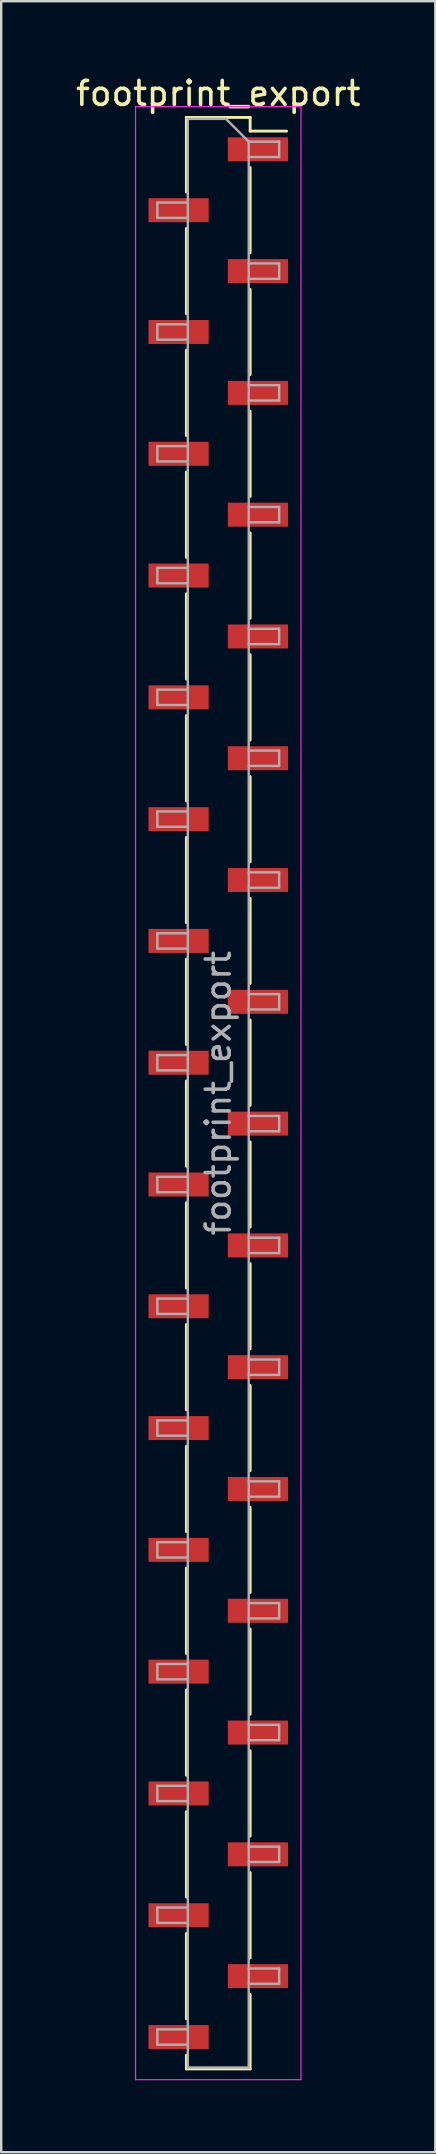
<source format=kicad_pcb>
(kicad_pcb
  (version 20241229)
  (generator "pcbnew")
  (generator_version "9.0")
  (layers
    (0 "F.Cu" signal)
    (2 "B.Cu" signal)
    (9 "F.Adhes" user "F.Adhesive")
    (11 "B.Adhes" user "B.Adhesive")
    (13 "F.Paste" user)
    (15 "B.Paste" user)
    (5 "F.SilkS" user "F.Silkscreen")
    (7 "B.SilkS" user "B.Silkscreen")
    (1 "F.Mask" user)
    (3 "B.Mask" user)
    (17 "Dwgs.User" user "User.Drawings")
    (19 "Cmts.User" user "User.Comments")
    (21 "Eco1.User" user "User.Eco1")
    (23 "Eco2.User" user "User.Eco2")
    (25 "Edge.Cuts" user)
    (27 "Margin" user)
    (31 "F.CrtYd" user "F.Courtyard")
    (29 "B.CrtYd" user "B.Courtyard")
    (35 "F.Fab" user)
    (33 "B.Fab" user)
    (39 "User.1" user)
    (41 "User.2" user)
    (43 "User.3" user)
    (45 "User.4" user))
  (footprint "footprint_export"
    (layer "F.Cu")
    (at 6.054 42.548)
    (property "Reference" "footprint_export" (at 0 -41.7 0) (layer "F.SilkS") (effects (font (size 1 1) (thickness 0.15))))
    (attr smd)
    (fp_line (start -1.33 -40.7) (end -1.33 -37.59) (stroke (width 0.12) (type solid)) (layer "F.SilkS"))
    (fp_line (start -1.33 -40.7) (end 1.33 -40.7) (stroke (width 0.12) (type solid)) (layer "F.SilkS"))
    (fp_line (start -1.33 -36.07) (end -1.33 -32.51) (stroke (width 0.12) (type solid)) (layer "F.SilkS"))
    (fp_line (start -1.33 -30.99) (end -1.33 -27.43) (stroke (width 0.12) (type solid)) (layer "F.SilkS"))
    (fp_line (start -1.33 -25.91) (end -1.33 -22.35) (stroke (width 0.12) (type solid)) (layer "F.SilkS"))
    (fp_line (start -1.33 -20.83) (end -1.33 -17.27) (stroke (width 0.12) (type solid)) (layer "F.SilkS"))
    (fp_line (start -1.33 -15.75) (end -1.33 -12.19) (stroke (width 0.12) (type solid)) (layer "F.SilkS"))
    (fp_line (start -1.33 -10.67) (end -1.33 -7.11) (stroke (width 0.12) (type solid)) (layer "F.SilkS"))
    (fp_line (start -1.33 -5.59) (end -1.33 -2.03) (stroke (width 0.12) (type solid)) (layer "F.SilkS"))
    (fp_line (start -1.33 -0.51) (end -1.33 3.05) (stroke (width 0.12) (type solid)) (layer "F.SilkS"))
    (fp_line (start -1.33 4.57) (end -1.33 8.13) (stroke (width 0.12) (type solid)) (layer "F.SilkS"))
    (fp_line (start -1.33 9.65) (end -1.33 13.21) (stroke (width 0.12) (type solid)) (layer "F.SilkS"))
    (fp_line (start -1.33 14.73) (end -1.33 18.29) (stroke (width 0.12) (type solid)) (layer "F.SilkS"))
    (fp_line (start -1.33 19.81) (end -1.33 23.37) (stroke (width 0.12) (type solid)) (layer "F.SilkS"))
    (fp_line (start -1.33 24.89) (end -1.33 28.45) (stroke (width 0.12) (type solid)) (layer "F.SilkS"))
    (fp_line (start -1.33 29.97) (end -1.33 33.53) (stroke (width 0.12) (type solid)) (layer "F.SilkS"))
    (fp_line (start -1.33 35.05) (end -1.33 38.61) (stroke (width 0.12) (type solid)) (layer "F.SilkS"))
    (fp_line (start -1.33 40.13) (end -1.33 40.7) (stroke (width 0.12) (type solid)) (layer "F.SilkS"))
    (fp_line (start -1.33 40.7) (end 1.33 40.7) (stroke (width 0.12) (type solid)) (layer "F.SilkS"))
    (fp_line (start 1.33 -40.7) (end 1.33 -40.13) (stroke (width 0.12) (type solid)) (layer "F.SilkS"))
    (fp_line (start 1.33 -40.13) (end 2.85 -40.13) (stroke (width 0.12) (type solid)) (layer "F.SilkS"))
    (fp_line (start 1.33 -38.61) (end 1.33 -35.05) (stroke (width 0.12) (type solid)) (layer "F.SilkS"))
    (fp_line (start 1.33 -33.53) (end 1.33 -29.97) (stroke (width 0.12) (type solid)) (layer "F.SilkS"))
    (fp_line (start 1.33 -28.45) (end 1.33 -24.89) (stroke (width 0.12) (type solid)) (layer "F.SilkS"))
    (fp_line (start 1.33 -23.37) (end 1.33 -19.81) (stroke (width 0.12) (type solid)) (layer "F.SilkS"))
    (fp_line (start 1.33 -18.29) (end 1.33 -14.73) (stroke (width 0.12) (type solid)) (layer "F.SilkS"))
    (fp_line (start 1.33 -13.21) (end 1.33 -9.65) (stroke (width 0.12) (type solid)) (layer "F.SilkS"))
    (fp_line (start 1.33 -8.13) (end 1.33 -4.57) (stroke (width 0.12) (type solid)) (layer "F.SilkS"))
    (fp_line (start 1.33 -3.05) (end 1.33 0.51) (stroke (width 0.12) (type solid)) (layer "F.SilkS"))
    (fp_line (start 1.33 2.03) (end 1.33 5.59) (stroke (width 0.12) (type solid)) (layer "F.SilkS"))
    (fp_line (start 1.33 7.11) (end 1.33 10.67) (stroke (width 0.12) (type solid)) (layer "F.SilkS"))
    (fp_line (start 1.33 12.19) (end 1.33 15.75) (stroke (width 0.12) (type solid)) (layer "F.SilkS"))
    (fp_line (start 1.33 17.27) (end 1.33 20.83) (stroke (width 0.12) (type solid)) (layer "F.SilkS"))
    (fp_line (start 1.33 22.35) (end 1.33 25.91) (stroke (width 0.12) (type solid)) (layer "F.SilkS"))
    (fp_line (start 1.33 27.43) (end 1.33 30.99) (stroke (width 0.12) (type solid)) (layer "F.SilkS"))
    (fp_line (start 1.33 32.51) (end 1.33 36.07) (stroke (width 0.12) (type solid)) (layer "F.SilkS"))
    (fp_line (start 1.33 37.59) (end 1.33 40.7) (stroke (width 0.12) (type solid)) (layer "F.SilkS"))
    (fp_line (start -3.45 -41.15) (end -3.45 41.15) (stroke (width 0.05) (type solid)) (layer "F.CrtYd"))
    (fp_line (start -3.45 41.15) (end 3.45 41.15) (stroke (width 0.05) (type solid)) (layer "F.CrtYd"))
    (fp_line (start 3.45 -41.15) (end -3.45 -41.15) (stroke (width 0.05) (type solid)) (layer "F.CrtYd"))
    (fp_line (start 3.45 41.15) (end 3.45 -41.15) (stroke (width 0.05) (type solid)) (layer "F.CrtYd"))
    (fp_line (start -2.54 -37.15) (end -2.54 -36.51) (stroke (width 0.1) (type solid)) (layer "F.Fab"))
    (fp_line (start -2.54 -36.51) (end -1.27 -36.51) (stroke (width 0.1) (type solid)) (layer "F.Fab"))
    (fp_line (start -2.54 -32.07) (end -2.54 -31.43) (stroke (width 0.1) (type solid)) (layer "F.Fab"))
    (fp_line (start -2.54 -31.43) (end -1.27 -31.43) (stroke (width 0.1) (type solid)) (layer "F.Fab"))
    (fp_line (start -2.54 -26.99) (end -2.54 -26.35) (stroke (width 0.1) (type solid)) (layer "F.Fab"))
    (fp_line (start -2.54 -26.35) (end -1.27 -26.35) (stroke (width 0.1) (type solid)) (layer "F.Fab"))
    (fp_line (start -2.54 -21.91) (end -2.54 -21.27) (stroke (width 0.1) (type solid)) (layer "F.Fab"))
    (fp_line (start -2.54 -21.27) (end -1.27 -21.27) (stroke (width 0.1) (type solid)) (layer "F.Fab"))
    (fp_line (start -2.54 -16.83) (end -2.54 -16.19) (stroke (width 0.1) (type solid)) (layer "F.Fab"))
    (fp_line (start -2.54 -16.19) (end -1.27 -16.19) (stroke (width 0.1) (type solid)) (layer "F.Fab"))
    (fp_line (start -2.54 -11.75) (end -2.54 -11.11) (stroke (width 0.1) (type solid)) (layer "F.Fab"))
    (fp_line (start -2.54 -11.11) (end -1.27 -11.11) (stroke (width 0.1) (type solid)) (layer "F.Fab"))
    (fp_line (start -2.54 -6.67) (end -2.54 -6.03) (stroke (width 0.1) (type solid)) (layer "F.Fab"))
    (fp_line (start -2.54 -6.03) (end -1.27 -6.03) (stroke (width 0.1) (type solid)) (layer "F.Fab"))
    (fp_line (start -2.54 -1.59) (end -2.54 -0.95) (stroke (width 0.1) (type solid)) (layer "F.Fab"))
    (fp_line (start -2.54 -0.95) (end -1.27 -0.95) (stroke (width 0.1) (type solid)) (layer "F.Fab"))
    (fp_line (start -2.54 3.49) (end -2.54 4.13) (stroke (width 0.1) (type solid)) (layer "F.Fab"))
    (fp_line (start -2.54 4.13) (end -1.27 4.13) (stroke (width 0.1) (type solid)) (layer "F.Fab"))
    (fp_line (start -2.54 8.57) (end -2.54 9.21) (stroke (width 0.1) (type solid)) (layer "F.Fab"))
    (fp_line (start -2.54 9.21) (end -1.27 9.21) (stroke (width 0.1) (type solid)) (layer "F.Fab"))
    (fp_line (start -2.54 13.65) (end -2.54 14.29) (stroke (width 0.1) (type solid)) (layer "F.Fab"))
    (fp_line (start -2.54 14.29) (end -1.27 14.29) (stroke (width 0.1) (type solid)) (layer "F.Fab"))
    (fp_line (start -2.54 18.73) (end -2.54 19.37) (stroke (width 0.1) (type solid)) (layer "F.Fab"))
    (fp_line (start -2.54 19.37) (end -1.27 19.37) (stroke (width 0.1) (type solid)) (layer "F.Fab"))
    (fp_line (start -2.54 23.81) (end -2.54 24.45) (stroke (width 0.1) (type solid)) (layer "F.Fab"))
    (fp_line (start -2.54 24.45) (end -1.27 24.45) (stroke (width 0.1) (type solid)) (layer "F.Fab"))
    (fp_line (start -2.54 28.89) (end -2.54 29.53) (stroke (width 0.1) (type solid)) (layer "F.Fab"))
    (fp_line (start -2.54 29.53) (end -1.27 29.53) (stroke (width 0.1) (type solid)) (layer "F.Fab"))
    (fp_line (start -2.54 33.97) (end -2.54 34.61) (stroke (width 0.1) (type solid)) (layer "F.Fab"))
    (fp_line (start -2.54 34.61) (end -1.27 34.61) (stroke (width 0.1) (type solid)) (layer "F.Fab"))
    (fp_line (start -2.54 39.05) (end -2.54 39.69) (stroke (width 0.1) (type solid)) (layer "F.Fab"))
    (fp_line (start -2.54 39.69) (end -1.27 39.69) (stroke (width 0.1) (type solid)) (layer "F.Fab"))
    (fp_line (start -1.27 -40.64) (end -1.27 40.64) (stroke (width 0.1) (type solid)) (layer "F.Fab"))
    (fp_line (start -1.27 -40.64) (end 0.32 -40.64) (stroke (width 0.1) (type solid)) (layer "F.Fab"))
    (fp_line (start -1.27 -37.15) (end -2.54 -37.15) (stroke (width 0.1) (type solid)) (layer "F.Fab"))
    (fp_line (start -1.27 -32.07) (end -2.54 -32.07) (stroke (width 0.1) (type solid)) (layer "F.Fab"))
    (fp_line (start -1.27 -26.99) (end -2.54 -26.99) (stroke (width 0.1) (type solid)) (layer "F.Fab"))
    (fp_line (start -1.27 -21.91) (end -2.54 -21.91) (stroke (width 0.1) (type solid)) (layer "F.Fab"))
    (fp_line (start -1.27 -16.83) (end -2.54 -16.83) (stroke (width 0.1) (type solid)) (layer "F.Fab"))
    (fp_line (start -1.27 -11.75) (end -2.54 -11.75) (stroke (width 0.1) (type solid)) (layer "F.Fab"))
    (fp_line (start -1.27 -6.67) (end -2.54 -6.67) (stroke (width 0.1) (type solid)) (layer "F.Fab"))
    (fp_line (start -1.27 -1.59) (end -2.54 -1.59) (stroke (width 0.1) (type solid)) (layer "F.Fab"))
    (fp_line (start -1.27 3.49) (end -2.54 3.49) (stroke (width 0.1) (type solid)) (layer "F.Fab"))
    (fp_line (start -1.27 8.57) (end -2.54 8.57) (stroke (width 0.1) (type solid)) (layer "F.Fab"))
    (fp_line (start -1.27 13.65) (end -2.54 13.65) (stroke (width 0.1) (type solid)) (layer "F.Fab"))
    (fp_line (start -1.27 18.73) (end -2.54 18.73) (stroke (width 0.1) (type solid)) (layer "F.Fab"))
    (fp_line (start -1.27 23.81) (end -2.54 23.81) (stroke (width 0.1) (type solid)) (layer "F.Fab"))
    (fp_line (start -1.27 28.89) (end -2.54 28.89) (stroke (width 0.1) (type solid)) (layer "F.Fab"))
    (fp_line (start -1.27 33.97) (end -2.54 33.97) (stroke (width 0.1) (type solid)) (layer "F.Fab"))
    (fp_line (start -1.27 39.05) (end -2.54 39.05) (stroke (width 0.1) (type solid)) (layer "F.Fab"))
    (fp_line (start 1.27 -39.69) (end 0.32 -40.64) (stroke (width 0.1) (type solid)) (layer "F.Fab"))
    (fp_line (start 1.27 -39.69) (end 2.54 -39.69) (stroke (width 0.1) (type solid)) (layer "F.Fab"))
    (fp_line (start 1.27 -34.61) (end 2.54 -34.61) (stroke (width 0.1) (type solid)) (layer "F.Fab"))
    (fp_line (start 1.27 -29.53) (end 2.54 -29.53) (stroke (width 0.1) (type solid)) (layer "F.Fab"))
    (fp_line (start 1.27 -24.45) (end 2.54 -24.45) (stroke (width 0.1) (type solid)) (layer "F.Fab"))
    (fp_line (start 1.27 -19.37) (end 2.54 -19.37) (stroke (width 0.1) (type solid)) (layer "F.Fab"))
    (fp_line (start 1.27 -14.29) (end 2.54 -14.29) (stroke (width 0.1) (type solid)) (layer "F.Fab"))
    (fp_line (start 1.27 -9.21) (end 2.54 -9.21) (stroke (width 0.1) (type solid)) (layer "F.Fab"))
    (fp_line (start 1.27 -4.13) (end 2.54 -4.13) (stroke (width 0.1) (type solid)) (layer "F.Fab"))
    (fp_line (start 1.27 0.95) (end 2.54 0.95) (stroke (width 0.1) (type solid)) (layer "F.Fab"))
    (fp_line (start 1.27 6.03) (end 2.54 6.03) (stroke (width 0.1) (type solid)) (layer "F.Fab"))
    (fp_line (start 1.27 11.11) (end 2.54 11.11) (stroke (width 0.1) (type solid)) (layer "F.Fab"))
    (fp_line (start 1.27 16.19) (end 2.54 16.19) (stroke (width 0.1) (type solid)) (layer "F.Fab"))
    (fp_line (start 1.27 21.27) (end 2.54 21.27) (stroke (width 0.1) (type solid)) (layer "F.Fab"))
    (fp_line (start 1.27 26.35) (end 2.54 26.35) (stroke (width 0.1) (type solid)) (layer "F.Fab"))
    (fp_line (start 1.27 31.43) (end 2.54 31.43) (stroke (width 0.1) (type solid)) (layer "F.Fab"))
    (fp_line (start 1.27 36.51) (end 2.54 36.51) (stroke (width 0.1) (type solid)) (layer "F.Fab"))
    (fp_line (start 1.27 40.64) (end -1.27 40.64) (stroke (width 0.1) (type solid)) (layer "F.Fab"))
    (fp_line (start 1.27 40.64) (end 1.27 -39.69) (stroke (width 0.1) (type solid)) (layer "F.Fab"))
    (fp_line (start 2.54 -39.69) (end 2.54 -39.05) (stroke (width 0.1) (type solid)) (layer "F.Fab"))
    (fp_line (start 2.54 -39.05) (end 1.27 -39.05) (stroke (width 0.1) (type solid)) (layer "F.Fab"))
    (fp_line (start 2.54 -34.61) (end 2.54 -33.97) (stroke (width 0.1) (type solid)) (layer "F.Fab"))
    (fp_line (start 2.54 -33.97) (end 1.27 -33.97) (stroke (width 0.1) (type solid)) (layer "F.Fab"))
    (fp_line (start 2.54 -29.53) (end 2.54 -28.89) (stroke (width 0.1) (type solid)) (layer "F.Fab"))
    (fp_line (start 2.54 -28.89) (end 1.27 -28.89) (stroke (width 0.1) (type solid)) (layer "F.Fab"))
    (fp_line (start 2.54 -24.45) (end 2.54 -23.81) (stroke (width 0.1) (type solid)) (layer "F.Fab"))
    (fp_line (start 2.54 -23.81) (end 1.27 -23.81) (stroke (width 0.1) (type solid)) (layer "F.Fab"))
    (fp_line (start 2.54 -19.37) (end 2.54 -18.73) (stroke (width 0.1) (type solid)) (layer "F.Fab"))
    (fp_line (start 2.54 -18.73) (end 1.27 -18.73) (stroke (width 0.1) (type solid)) (layer "F.Fab"))
    (fp_line (start 2.54 -14.29) (end 2.54 -13.65) (stroke (width 0.1) (type solid)) (layer "F.Fab"))
    (fp_line (start 2.54 -13.65) (end 1.27 -13.65) (stroke (width 0.1) (type solid)) (layer "F.Fab"))
    (fp_line (start 2.54 -9.21) (end 2.54 -8.57) (stroke (width 0.1) (type solid)) (layer "F.Fab"))
    (fp_line (start 2.54 -8.57) (end 1.27 -8.57) (stroke (width 0.1) (type solid)) (layer "F.Fab"))
    (fp_line (start 2.54 -4.13) (end 2.54 -3.49) (stroke (width 0.1) (type solid)) (layer "F.Fab"))
    (fp_line (start 2.54 -3.49) (end 1.27 -3.49) (stroke (width 0.1) (type solid)) (layer "F.Fab"))
    (fp_line (start 2.54 0.95) (end 2.54 1.59) (stroke (width 0.1) (type solid)) (layer "F.Fab"))
    (fp_line (start 2.54 1.59) (end 1.27 1.59) (stroke (width 0.1) (type solid)) (layer "F.Fab"))
    (fp_line (start 2.54 6.03) (end 2.54 6.67) (stroke (width 0.1) (type solid)) (layer "F.Fab"))
    (fp_line (start 2.54 6.67) (end 1.27 6.67) (stroke (width 0.1) (type solid)) (layer "F.Fab"))
    (fp_line (start 2.54 11.11) (end 2.54 11.75) (stroke (width 0.1) (type solid)) (layer "F.Fab"))
    (fp_line (start 2.54 11.75) (end 1.27 11.75) (stroke (width 0.1) (type solid)) (layer "F.Fab"))
    (fp_line (start 2.54 16.19) (end 2.54 16.83) (stroke (width 0.1) (type solid)) (layer "F.Fab"))
    (fp_line (start 2.54 16.83) (end 1.27 16.83) (stroke (width 0.1) (type solid)) (layer "F.Fab"))
    (fp_line (start 2.54 21.27) (end 2.54 21.91) (stroke (width 0.1) (type solid)) (layer "F.Fab"))
    (fp_line (start 2.54 21.91) (end 1.27 21.91) (stroke (width 0.1) (type solid)) (layer "F.Fab"))
    (fp_line (start 2.54 26.35) (end 2.54 26.99) (stroke (width 0.1) (type solid)) (layer "F.Fab"))
    (fp_line (start 2.54 26.99) (end 1.27 26.99) (stroke (width 0.1) (type solid)) (layer "F.Fab"))
    (fp_line (start 2.54 31.43) (end 2.54 32.07) (stroke (width 0.1) (type solid)) (layer "F.Fab"))
    (fp_line (start 2.54 32.07) (end 1.27 32.07) (stroke (width 0.1) (type solid)) (layer "F.Fab"))
    (fp_line (start 2.54 36.51) (end 2.54 37.15) (stroke (width 0.1) (type solid)) (layer "F.Fab"))
    (fp_line (start 2.54 37.15) (end 1.27 37.15) (stroke (width 0.1) (type solid)) (layer "F.Fab"))
    (fp_text user "${REFERENCE}" (at 0 0 90) (layer "F.Fab") (effects (font (size 1 1) (thickness 0.15))))
    (pad "1" smd rect (at 1.655 -39.37) (size 2.51 1) (layers "F.Cu" "F.Mask" "F.Paste"))
    (pad "2" smd rect (at -1.655 -36.83) (size 2.51 1) (layers "F.Cu" "F.Mask" "F.Paste"))
    (pad "3" smd rect (at 1.655 -34.29) (size 2.51 1) (layers "F.Cu" "F.Mask" "F.Paste"))
    (pad "4" smd rect (at -1.655 -31.75) (size 2.51 1) (layers "F.Cu" "F.Mask" "F.Paste"))
    (pad "5" smd rect (at 1.655 -29.21) (size 2.51 1) (layers "F.Cu" "F.Mask" "F.Paste"))
    (pad "6" smd rect (at -1.655 -26.67) (size 2.51 1) (layers "F.Cu" "F.Mask" "F.Paste"))
    (pad "7" smd rect (at 1.655 -24.13) (size 2.51 1) (layers "F.Cu" "F.Mask" "F.Paste"))
    (pad "8" smd rect (at -1.655 -21.59) (size 2.51 1) (layers "F.Cu" "F.Mask" "F.Paste"))
    (pad "9" smd rect (at 1.655 -19.05) (size 2.51 1) (layers "F.Cu" "F.Mask" "F.Paste"))
    (pad "10" smd rect (at -1.655 -16.51) (size 2.51 1) (layers "F.Cu" "F.Mask" "F.Paste"))
    (pad "11" smd rect (at 1.655 -13.97) (size 2.51 1) (layers "F.Cu" "F.Mask" "F.Paste"))
    (pad "12" smd rect (at -1.655 -11.43) (size 2.51 1) (layers "F.Cu" "F.Mask" "F.Paste"))
    (pad "13" smd rect (at 1.655 -8.89) (size 2.51 1) (layers "F.Cu" "F.Mask" "F.Paste"))
    (pad "14" smd rect (at -1.655 -6.35) (size 2.51 1) (layers "F.Cu" "F.Mask" "F.Paste"))
    (pad "15" smd rect (at 1.655 -3.81) (size 2.51 1) (layers "F.Cu" "F.Mask" "F.Paste"))
    (pad "16" smd rect (at -1.655 -1.27) (size 2.51 1) (layers "F.Cu" "F.Mask" "F.Paste"))
    (pad "17" smd rect (at 1.655 1.27) (size 2.51 1) (layers "F.Cu" "F.Mask" "F.Paste"))
    (pad "18" smd rect (at -1.655 3.81) (size 2.51 1) (layers "F.Cu" "F.Mask" "F.Paste"))
    (pad "19" smd rect (at 1.655 6.35) (size 2.51 1) (layers "F.Cu" "F.Mask" "F.Paste"))
    (pad "20" smd rect (at -1.655 8.89) (size 2.51 1) (layers "F.Cu" "F.Mask" "F.Paste"))
    (pad "21" smd rect (at 1.655 11.43) (size 2.51 1) (layers "F.Cu" "F.Mask" "F.Paste"))
    (pad "22" smd rect (at -1.655 13.97) (size 2.51 1) (layers "F.Cu" "F.Mask" "F.Paste"))
    (pad "23" smd rect (at 1.655 16.51) (size 2.51 1) (layers "F.Cu" "F.Mask" "F.Paste"))
    (pad "24" smd rect (at -1.655 19.05) (size 2.51 1) (layers "F.Cu" "F.Mask" "F.Paste"))
    (pad "25" smd rect (at 1.655 21.59) (size 2.51 1) (layers "F.Cu" "F.Mask" "F.Paste"))
    (pad "26" smd rect (at -1.655 24.13) (size 2.51 1) (layers "F.Cu" "F.Mask" "F.Paste"))
    (pad "27" smd rect (at 1.655 26.67) (size 2.51 1) (layers "F.Cu" "F.Mask" "F.Paste"))
    (pad "28" smd rect (at -1.655 29.21) (size 2.51 1) (layers "F.Cu" "F.Mask" "F.Paste"))
    (pad "29" smd rect (at 1.655 31.75) (size 2.51 1) (layers "F.Cu" "F.Mask" "F.Paste"))
    (pad "30" smd rect (at -1.655 34.29) (size 2.51 1) (layers "F.Cu" "F.Mask" "F.Paste"))
    (pad "31" smd rect (at 1.655 36.83) (size 2.51 1) (layers "F.Cu" "F.Mask" "F.Paste"))
    (pad "32" smd rect (at -1.655 39.37) (size 2.51 1) (layers "F.Cu" "F.Mask" "F.Paste")))
  (gr_rect
    (start -3 -3)
    (end 15.107 86.723)
    (stroke (width 0.1) (type default))
    (fill no)
    (layer "Edge.Cuts")))
</source>
